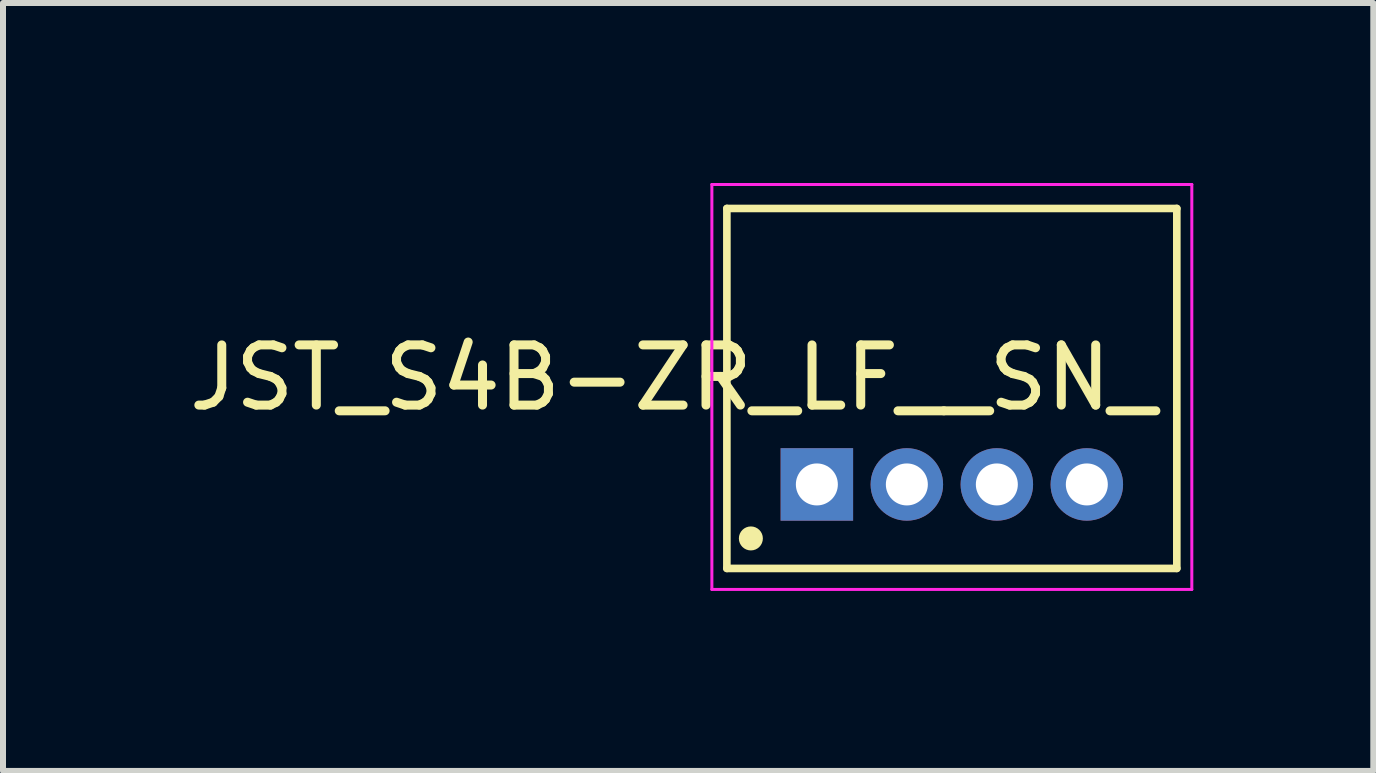
<source format=kicad_pcb>
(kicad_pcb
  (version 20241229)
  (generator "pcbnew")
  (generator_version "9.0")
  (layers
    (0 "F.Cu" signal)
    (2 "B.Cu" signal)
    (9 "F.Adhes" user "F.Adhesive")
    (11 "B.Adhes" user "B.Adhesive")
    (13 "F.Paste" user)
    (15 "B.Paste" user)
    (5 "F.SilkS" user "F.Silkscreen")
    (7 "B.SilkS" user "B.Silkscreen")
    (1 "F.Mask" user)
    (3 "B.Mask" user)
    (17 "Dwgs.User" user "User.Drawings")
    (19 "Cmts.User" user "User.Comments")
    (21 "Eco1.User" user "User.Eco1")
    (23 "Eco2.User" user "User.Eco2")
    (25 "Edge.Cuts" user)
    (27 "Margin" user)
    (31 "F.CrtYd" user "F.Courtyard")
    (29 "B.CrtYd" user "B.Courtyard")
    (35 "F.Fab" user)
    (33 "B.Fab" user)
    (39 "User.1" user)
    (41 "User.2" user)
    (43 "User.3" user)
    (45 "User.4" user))
  (footprint "JST_S4B-ZR_LF__SN_"
    (layer "F.Cu")
    (at 12.816 5.025)
    (property "Reference" "JST_S4B-ZR_LF__SN_" (at -4.647 -1.779 180) (layer "F.SilkS") (effects (font (size 1.003 1.003) (thickness 0.15))))
    (attr through_hole)
    (fp_line (start -3.75 -4.6) (end 3.75 -4.6) (stroke (width 0.127) (type solid)) (layer "F.SilkS"))
    (fp_line (start -3.75 1.4) (end -3.75 -4.6) (stroke (width 0.127) (type solid)) (layer "F.SilkS"))
    (fp_line (start 3.75 -4.6) (end 3.75 1.4) (stroke (width 0.127) (type solid)) (layer "F.SilkS"))
    (fp_line (start 3.75 1.4) (end -3.75 1.4) (stroke (width 0.127) (type solid)) (layer "F.SilkS"))
    (fp_circle (center -3.35 0.9) (end -3.25 0.9) (stroke (width 0.2) (type solid)) (fill no) (layer "F.SilkS"))
    (fp_line (start -4 -5) (end -4 1.75) (stroke (width 0.05) (type solid)) (layer "F.CrtYd"))
    (fp_line (start -4 1.75) (end 4 1.75) (stroke (width 0.05) (type solid)) (layer "F.CrtYd"))
    (fp_line (start 4 -5) (end -4 -5) (stroke (width 0.05) (type solid)) (layer "F.CrtYd"))
    (fp_line (start 4 1.75) (end 4 -5) (stroke (width 0.05) (type solid)) (layer "F.CrtYd"))
    (pad "1" thru_hole circle (at 2.25 0) (size 1.208 1.208) (drill 0.7) (layers "*.Cu" "*.Mask"))
    (pad "2" thru_hole circle (at 0.75 0) (size 1.208 1.208) (drill 0.7) (layers "*.Cu" "*.Mask"))
    (pad "3" thru_hole circle (at -0.75 0) (size 1.208 1.208) (drill 0.7) (layers "*.Cu" "*.Mask"))
    (pad "4" thru_hole rect (at -2.25 0) (size 1.208 1.208) (drill 0.7) (layers "*.Cu" "*.Mask")))
  (gr_rect
    (start -3 -3)
    (end 19.841 9.8)
    (stroke (width 0.1) (type default))
    (fill no)
    (layer "Edge.Cuts")))
</source>
